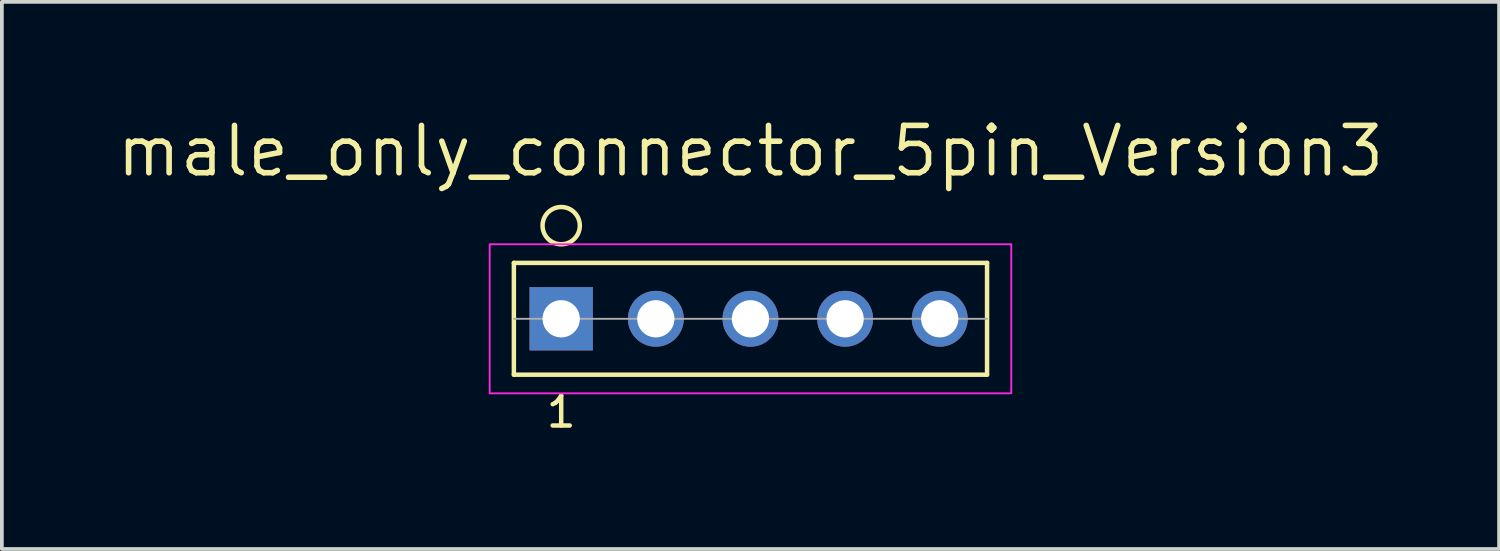
<source format=kicad_pcb>
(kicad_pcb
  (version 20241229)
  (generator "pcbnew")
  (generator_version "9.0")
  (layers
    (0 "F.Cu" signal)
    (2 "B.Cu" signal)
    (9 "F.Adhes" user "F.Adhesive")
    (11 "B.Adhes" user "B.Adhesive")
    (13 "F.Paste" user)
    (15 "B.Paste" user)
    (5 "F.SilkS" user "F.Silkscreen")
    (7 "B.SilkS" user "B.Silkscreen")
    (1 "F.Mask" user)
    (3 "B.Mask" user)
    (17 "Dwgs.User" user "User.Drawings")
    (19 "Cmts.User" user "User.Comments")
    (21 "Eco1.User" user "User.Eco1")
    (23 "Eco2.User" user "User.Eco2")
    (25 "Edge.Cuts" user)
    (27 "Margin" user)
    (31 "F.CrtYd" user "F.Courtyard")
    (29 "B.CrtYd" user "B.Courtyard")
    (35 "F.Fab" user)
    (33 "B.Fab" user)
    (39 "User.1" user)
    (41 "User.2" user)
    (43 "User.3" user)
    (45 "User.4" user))
  (footprint "male_only_connector_5pin_Version3"
    (layer "F.Cu")
    (at 17.092 5.506)
    (property "Reference" "male_only_connector_5pin_Version3" (at 0 -4.5 0) (layer "F.SilkS") (effects (font (size 1.27 1.27) (thickness 0.15))))
    (fp_line (start -6.35 -1.5) (end -6.35 1.5) (stroke (width 0.12) (type solid)) (layer "F.SilkS"))
    (fp_line (start -6.35 -1.5) (end 6.35 -1.5) (stroke (width 0.12) (type solid)) (layer "F.SilkS"))
    (fp_line (start -6.35 1.5) (end 6.35 1.5) (stroke (width 0.12) (type solid)) (layer "F.SilkS"))
    (fp_line (start 6.35 -1.5) (end 6.35 1.5) (stroke (width 0.12) (type solid)) (layer "F.SilkS"))
    (fp_circle (center -5.08 -2.5) (end -4.58 -2.5) (stroke (width 0.12) (type solid)) (fill no) (layer "F.SilkS"))
    (fp_rect (start -7 -2) (end 7 2) (stroke (width 0.05) (type solid)) (fill no) (layer "F.CrtYd"))
    (fp_line (start -6.35 0) (end 6.35 0) (stroke (width 0.05) (type solid)) (layer "F.Fab"))
    (fp_text user "1" (at -5.08 2.5 0) (layer "F.SilkS") (effects (font (size 0.8 0.8) (thickness 0.12))))
    (pad "1" thru_hole rect (at -5.08 0) (size 1.7 1.7) (drill 1) (layers "*.Cu" "*.Mask"))
    (pad "2" thru_hole circle (at -2.54 0) (size 1.5 1.5) (drill 1) (layers "*.Cu" "*.Mask"))
    (pad "3" thru_hole circle (at 0 0) (size 1.5 1.5) (drill 1) (layers "*.Cu" "*.Mask"))
    (pad "4" thru_hole circle (at 2.54 0) (size 1.5 1.5) (drill 1) (layers "*.Cu" "*.Mask"))
    (pad "5" thru_hole circle (at 5.08 0) (size 1.5 1.5) (drill 1) (layers "*.Cu" "*.Mask")))
  (gr_rect
    (start -3 -3)
    (end 37.184 11.685)
    (stroke (width 0.1) (type default))
    (fill no)
    (layer "Edge.Cuts")))
</source>
